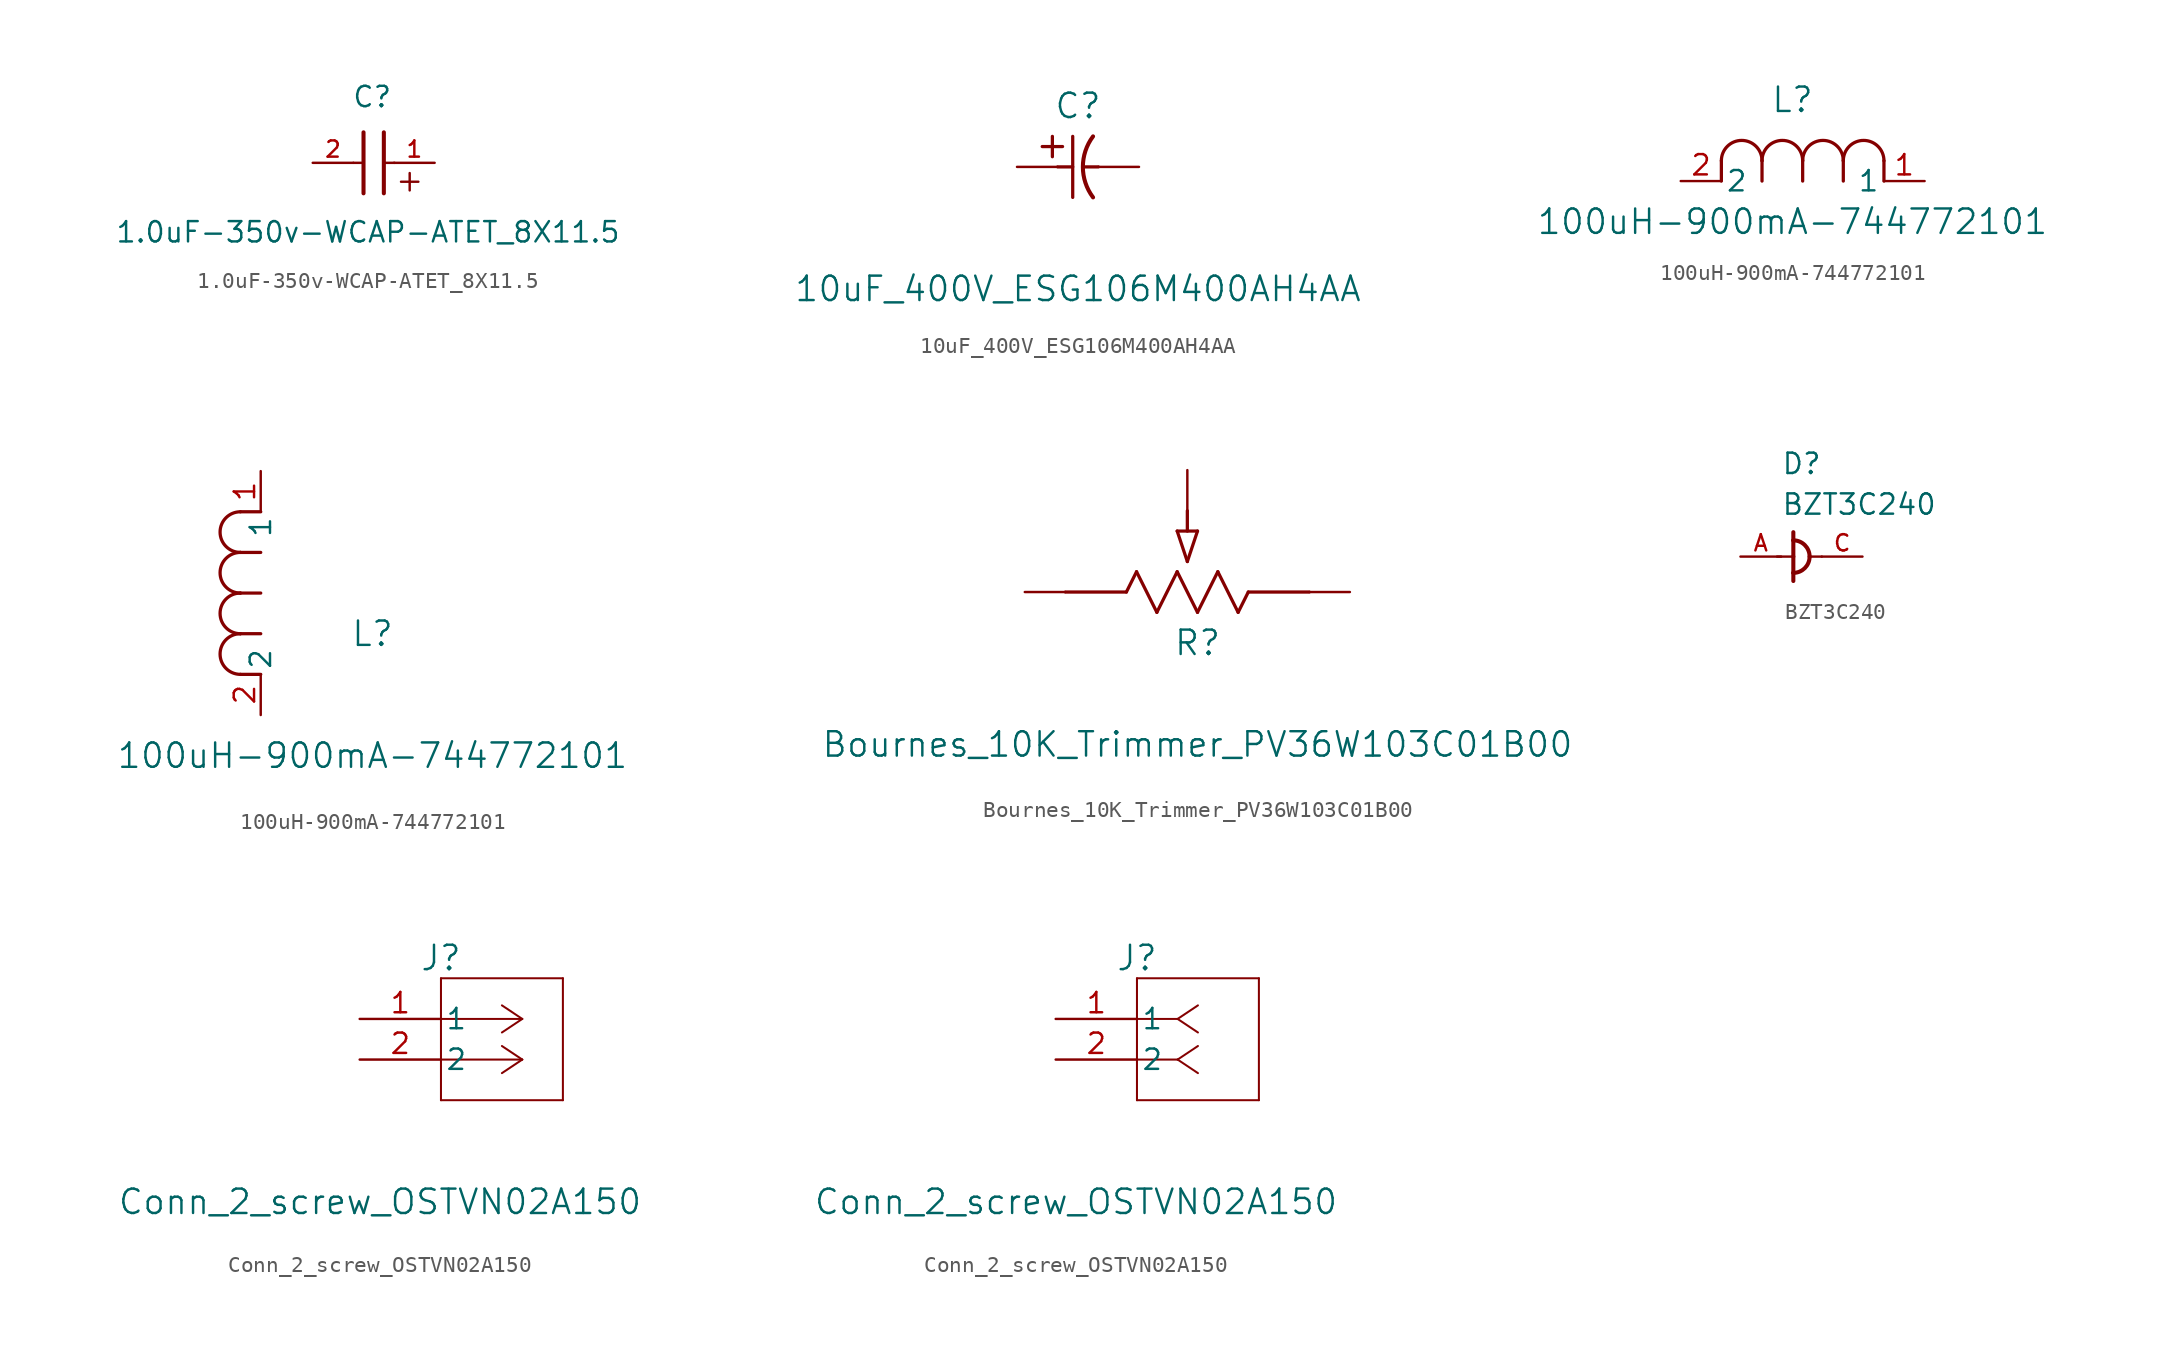
<source format=kicad_sym>
(kicad_symbol_lib
  (version 20231120)
  (generator "kicad_symbol_editor")
  (generator_version "8.0")
  (symbol "1.0uF-350v-WCAP-ATET_8X11.5"
    (pin_names
      (offset 1.016))
    (property "Reference" "C"
      (at 1.175 3.38 0)
      (effects (font (size 1.27 1.27)) (justify bottom)))
    (property "Value" "1.0uF-350v-WCAP-ATET_8X11.5"
      (at 0.915 -5.075 0)
      (effects (font (size 1.27 1.27)) (justify bottom)))
    (symbol "1.0uF-350v-WCAP-ATET_8X11.5_0_0"
      (polyline (pts (xy 0 0) (xy 0.643 0)) (stroke (width 0.152) (type default)) (fill (type none)))
      (polyline (pts (xy 0.635 -1.905) (xy 0.635 1.905)) (stroke (width 0.254) (type default)) (fill (type none)))
      (polyline (pts (xy 1.905 1.905) (xy 1.905 -1.905)) (stroke (width 0.254) (type default)) (fill (type none)))
      (polyline (pts (xy 1.928 0) (xy 2.571 0)) (stroke (width 0.152) (type default)) (fill (type none)))
      (text "+" (at 2.54 -1.905 0) (effects (font (size 1.422 1.422)) (justify left bottom)))
      (pin passive line (at 5.08 0 180) (length 2.54) (name "~" (effects (font (size 1.016 1.016)))) (number "1" (effects (font (size 1.016 1.016)))))
      (pin passive line (at -2.54 0 0) (length 2.54) (name "~" (effects (font (size 1.016 1.016)))) (number "2" (effects (font (size 1.016 1.016)))))))
  (symbol "10uF_400V_ESG106M400AH4AA"
    (pin_numbers hide)
    (pin_names
      (offset 1.651) hide)
    (property "Reference" "C"
      (at 3.81 3.81 0)
      (effects (font (size 1.524 1.524))))
    (property "Value" "10uF_400V_ESG106M400AH4AA"
      (at 3.81 -7.62 0)
      (effects (font (size 1.524 1.524))))
    (property "Datasheet" ""
      (at 0 0 0)
      (effects (font (size 1.524 1.524))))
    (property "ki_locked" ""
      (at 0 0 0)
      (effects (font (size 1.27 1.27))))
    (symbol "10uF_400V_ESG106M400AH4AA_1_1"
      (polyline (pts (xy 1.575 1.27) (xy 2.845 1.27)) (stroke (width 0.203) (type default)) (fill (type none)))
      (polyline (pts (xy 2.21 0.635) (xy 2.21 1.905)) (stroke (width 0.203) (type default)) (fill (type none)))
      (polyline (pts (xy 2.54 0) (xy 3.48 0)) (stroke (width 0.203) (type default)) (fill (type none)))
      (polyline (pts (xy 3.48 -1.905) (xy 3.48 1.905)) (stroke (width 0.203) (type default)) (fill (type none)))
      (polyline (pts (xy 4.115 0) (xy 5.08 0)) (stroke (width 0.203) (type default)) (fill (type none)))
      (arc (start 4.7498 1.905) (mid 4.1148 0) (end 4.7498 -1.905) (stroke (width 0.254) (type default)) (fill (type none)))
      (pin passive line (at 0 0 0) (length 2.54) (name "1" (effects (font (size 1.499 1.499)))) (number "1" (effects (font (size 1.499 1.499)))))
      (pin passive line (at 7.62 0 180) (length 2.54) (name "2" (effects (font (size 1.499 1.499)))) (number "2" (effects (font (size 1.499 1.499)))))))
  (symbol "100uH-900mA-744772101"
    (pin_names
      (offset 0.254))
    (property "Reference" "L"
      (at 6.985 5.08 0)
      (effects (font (size 1.524 1.524))))
    (property "Value" "100uH-900mA-744772101"
      (at 6.985 -2.54 0)
      (effects (font (size 1.524 1.524))))
    (property "ki_locked" ""
      (at 0 0 0)
      (effects (font (size 1.27 1.27))))
    (symbol "100uH-900mA-744772101_1_1"
      (polyline (pts (xy 2.54 0) (xy 2.54 1.27)) (stroke (width 0.203) (type default)) (fill (type none)))
      (polyline (pts (xy 5.08 0) (xy 5.08 1.27)) (stroke (width 0.203) (type default)) (fill (type none)))
      (polyline (pts (xy 7.62 0) (xy 7.62 1.27)) (stroke (width 0.203) (type default)) (fill (type none)))
      (polyline (pts (xy 10.16 0) (xy 10.16 1.27)) (stroke (width 0.203) (type default)) (fill (type none)))
      (polyline (pts (xy 12.7 0) (xy 12.7 1.27)) (stroke (width 0.203) (type default)) (fill (type none)))
      (arc (start 5.08 1.27) (mid 3.81 2.5344) (end 2.54 1.27) (stroke (width 0.2032) (type default)) (fill (type none)))
      (arc (start 7.62 1.27) (mid 6.35 2.5344) (end 5.08 1.27) (stroke (width 0.2032) (type default)) (fill (type none)))
      (arc (start 10.16 1.27) (mid 8.89 2.5344) (end 7.62 1.27) (stroke (width 0.2032) (type default)) (fill (type none)))
      (arc (start 12.7 1.27) (mid 11.43 2.5344) (end 10.16 1.27) (stroke (width 0.2032) (type default)) (fill (type none)))
      (pin passive line (at 15.24 0 180) (length 2.54) (name "1" (effects (font (size 1.27 1.27)))) (number "1" (effects (font (size 1.27 1.27)))))
      (pin passive line (at 0 0 0) (length 2.54) (name "2" (effects (font (size 1.27 1.27)))) (number "2" (effects (font (size 1.27 1.27))))))
    (symbol "100uH-900mA-744772101_1_2"
      (arc (start -1.27 5.08) (mid -2.5344 3.81) (end -1.27 2.54) (stroke (width 0.2032) (type default)) (fill (type none)))
      (arc (start -1.27 7.62) (mid -2.5344 6.35) (end -1.27 5.08) (stroke (width 0.2032) (type default)) (fill (type none)))
      (arc (start -1.27 10.16) (mid -2.5344 8.89) (end -1.27 7.62) (stroke (width 0.2032) (type default)) (fill (type none)))
      (arc (start -1.27 12.7) (mid -2.5344 11.43) (end -1.27 10.16) (stroke (width 0.2032) (type default)) (fill (type none)))
      (polyline (pts (xy 0 2.54) (xy -1.27 2.54)) (stroke (width 0.203) (type default)) (fill (type none)))
      (polyline (pts (xy 0 5.08) (xy -1.27 5.08)) (stroke (width 0.203) (type default)) (fill (type none)))
      (polyline (pts (xy 0 7.62) (xy -1.27 7.62)) (stroke (width 0.203) (type default)) (fill (type none)))
      (polyline (pts (xy 0 10.16) (xy -1.27 10.16)) (stroke (width 0.203) (type default)) (fill (type none)))
      (polyline (pts (xy 0 12.7) (xy -1.27 12.7)) (stroke (width 0.203) (type default)) (fill (type none)))
      (pin unspecified line (at 0 15.24 270) (length 2.54) (name "1" (effects (font (size 1.27 1.27)))) (number "1" (effects (font (size 1.27 1.27)))))
      (pin unspecified line (at 0 0 90) (length 2.54) (name "2" (effects (font (size 1.27 1.27)))) (number "2" (effects (font (size 1.27 1.27)))))))
  (symbol "Bournes_10K_Trimmer_PV36W103C01B00"
    (pin_numbers hide)
    (pin_names
      (offset -1.651) hide)
    (property "Reference" "R"
      (at 10.795 -3.175 0)
      (effects (font (size 1.524 1.524))))
    (property "Value" "Bournes_10K_Trimmer_PV36W103C01B00"
      (at 10.795 -9.525 0)
      (effects (font (size 1.524 1.524))))
    (property "Datasheet" ""
      (at 0 0 0)
      (effects (font (size 1.524 1.524))))
    (property "ki_locked" ""
      (at 0 0 0)
      (effects (font (size 1.27 1.27))))
    (symbol "Bournes_10K_Trimmer_PV36W103C01B00_1_1"
      (polyline (pts (xy 2.54 0) (xy 6.35 0)) (stroke (width 0.203) (type default)) (fill (type none)))
      (polyline (pts (xy 6.35 0) (xy 6.985 1.27)) (stroke (width 0.203) (type default)) (fill (type none)))
      (polyline (pts (xy 6.985 1.27) (xy 8.255 -1.27)) (stroke (width 0.203) (type default)) (fill (type none)))
      (polyline (pts (xy 8.255 -1.27) (xy 9.525 1.27)) (stroke (width 0.203) (type default)) (fill (type none)))
      (polyline (pts (xy 9.525 1.27) (xy 10.795 -1.27)) (stroke (width 0.203) (type default)) (fill (type none)))
      (polyline (pts (xy 9.525 3.81) (xy 10.16 1.905)) (stroke (width 0.203) (type default)) (fill (type none)))
      (polyline (pts (xy 9.525 3.81) (xy 10.795 3.81)) (stroke (width 0.203) (type default)) (fill (type none)))
      (polyline (pts (xy 10.16 3.81) (xy 10.16 5.08)) (stroke (width 0.203) (type default)) (fill (type none)))
      (polyline (pts (xy 10.795 -1.27) (xy 12.065 1.27)) (stroke (width 0.203) (type default)) (fill (type none)))
      (polyline (pts (xy 10.795 3.81) (xy 10.16 1.905)) (stroke (width 0.203) (type default)) (fill (type none)))
      (polyline (pts (xy 12.065 1.27) (xy 13.335 -1.27)) (stroke (width 0.203) (type default)) (fill (type none)))
      (polyline (pts (xy 13.335 -1.27) (xy 13.97 0)) (stroke (width 0.203) (type default)) (fill (type none)))
      (polyline (pts (xy 13.97 0) (xy 17.78 0)) (stroke (width 0.203) (type default)) (fill (type none)))
      (pin passive line (at 0 0 0) (length 2.54) (name "1" (effects (font (size 1.499 1.499)))) (number "1" (effects (font (size 1.499 1.499)))))
      (pin passive line (at 10.16 7.62 270) (length 2.54) (name "2" (effects (font (size 1.499 1.499)))) (number "2" (effects (font (size 1.499 1.499)))))
      (pin passive line (at 20.32 0 180) (length 2.54) (name "3" (effects (font (size 1.499 1.499)))) (number "3" (effects (font (size 1.499 1.499)))))))
  (symbol "BZT3C240"
    (pin_names
      (offset 1.016))
    (property "Reference" "D"
      (at -2.542 5.059 0)
      (effects (font (size 1.27 1.27)) (justify left bottom)))
    (property "Value" "BZT3C240"
      (at -2.543 2.518 0)
      (effects (font (size 1.27 1.27)) (justify left bottom)))
    (symbol "BZT3C240_0_0"
      (arc (start -1.778 -1.016) (mid -1.0596 -0.7184) (end -0.762 0) (stroke (width 0.254) (type default)) (fill (type none)))
      (arc (start -0.762 0) (mid -1.0596 0.7184) (end -1.778 1.016) (stroke (width 0.254) (type default)) (fill (type none)))
      (polyline (pts (xy -2.794 0) (xy -1.778 0)) (stroke (width 0.152) (type default)) (fill (type none)))
      (polyline (pts (xy -1.778 -1.016) (xy -1.778 -1.524)) (stroke (width 0.254) (type default)) (fill (type none)))
      (polyline (pts (xy -1.778 0) (xy -1.778 -1.016)) (stroke (width 0.254) (type default)) (fill (type none)))
      (polyline (pts (xy -1.778 1.016) (xy -1.778 0)) (stroke (width 0.254) (type default)) (fill (type none)))
      (polyline (pts (xy -1.778 1.524) (xy -1.778 1.016)) (stroke (width 0.254) (type default)) (fill (type none)))
      (polyline (pts (xy 0 0) (xy -0.762 0)) (stroke (width 0.152) (type default)) (fill (type none)))
      (pin passive line (at -5.08 0 0) (length 2.54) (name "~" (effects (font (size 1.016 1.016)))) (number "A" (effects (font (size 1.016 1.016)))))
      (pin passive line (at 2.54 0 180) (length 2.54) (name "~" (effects (font (size 1.016 1.016)))) (number "C" (effects (font (size 1.016 1.016)))))))
  (symbol "Conn_2_screw_OSTVN02A150"
    (pin_names
      (offset 0.254))
    (property "Reference" "J"
      (at 5.08 3.81 0)
      (effects (font (size 1.524 1.524))))
    (property "Value" "Conn_2_screw_OSTVN02A150"
      (at 1.27 -11.43 0)
      (effects (font (size 1.524 1.524))))
    (property "ki_locked" ""
      (at 0 0 0)
      (effects (font (size 1.27 1.27))))
    (symbol "Conn_2_screw_OSTVN02A150_1_1"
      (polyline (pts (xy 5.08 -5.08) (xy 12.7 -5.08)) (stroke (width 0.127) (type default)) (fill (type none)))
      (polyline (pts (xy 5.08 2.54) (xy 5.08 -5.08)) (stroke (width 0.127) (type default)) (fill (type none)))
      (polyline (pts (xy 10.16 -2.54) (xy 5.08 -2.54)) (stroke (width 0.127) (type default)) (fill (type none)))
      (polyline (pts (xy 10.16 -2.54) (xy 8.89 -3.387)) (stroke (width 0.127) (type default)) (fill (type none)))
      (polyline (pts (xy 10.16 -2.54) (xy 8.89 -1.693)) (stroke (width 0.127) (type default)) (fill (type none)))
      (polyline (pts (xy 10.16 0) (xy 5.08 0)) (stroke (width 0.127) (type default)) (fill (type none)))
      (polyline (pts (xy 10.16 0) (xy 8.89 -0.847)) (stroke (width 0.127) (type default)) (fill (type none)))
      (polyline (pts (xy 10.16 0) (xy 8.89 0.847)) (stroke (width 0.127) (type default)) (fill (type none)))
      (polyline (pts (xy 12.7 -5.08) (xy 12.7 2.54)) (stroke (width 0.127) (type default)) (fill (type none)))
      (polyline (pts (xy 12.7 2.54) (xy 5.08 2.54)) (stroke (width 0.127) (type default)) (fill (type none)))
      (pin passive line (at 0 0 0) (length 5.08) (name "1" (effects (font (size 1.27 1.27)))) (number "1" (effects (font (size 1.27 1.27)))))
      (pin passive line (at 0 -2.54 0) (length 5.08) (name "2" (effects (font (size 1.27 1.27)))) (number "2" (effects (font (size 1.27 1.27))))))
    (symbol "Conn_2_screw_OSTVN02A150_1_2"
      (polyline (pts (xy 5.08 -5.08) (xy 12.7 -5.08)) (stroke (width 0.127) (type default)) (fill (type none)))
      (polyline (pts (xy 5.08 2.54) (xy 5.08 -5.08)) (stroke (width 0.127) (type default)) (fill (type none)))
      (polyline (pts (xy 7.62 -2.54) (xy 5.08 -2.54)) (stroke (width 0.127) (type default)) (fill (type none)))
      (polyline (pts (xy 7.62 -2.54) (xy 8.89 -3.387)) (stroke (width 0.127) (type default)) (fill (type none)))
      (polyline (pts (xy 7.62 -2.54) (xy 8.89 -1.693)) (stroke (width 0.127) (type default)) (fill (type none)))
      (polyline (pts (xy 7.62 0) (xy 5.08 0)) (stroke (width 0.127) (type default)) (fill (type none)))
      (polyline (pts (xy 7.62 0) (xy 8.89 -0.847)) (stroke (width 0.127) (type default)) (fill (type none)))
      (polyline (pts (xy 7.62 0) (xy 8.89 0.847)) (stroke (width 0.127) (type default)) (fill (type none)))
      (polyline (pts (xy 12.7 -5.08) (xy 12.7 2.54)) (stroke (width 0.127) (type default)) (fill (type none)))
      (polyline (pts (xy 12.7 2.54) (xy 5.08 2.54)) (stroke (width 0.127) (type default)) (fill (type none)))
      (pin unspecified line (at 0 0 0) (length 5.08) (name "1" (effects (font (size 1.27 1.27)))) (number "1" (effects (font (size 1.27 1.27)))))
      (pin unspecified line (at 0 -2.54 0) (length 5.08) (name "2" (effects (font (size 1.27 1.27)))) (number "2" (effects (font (size 1.27 1.27))))))))
</source>
